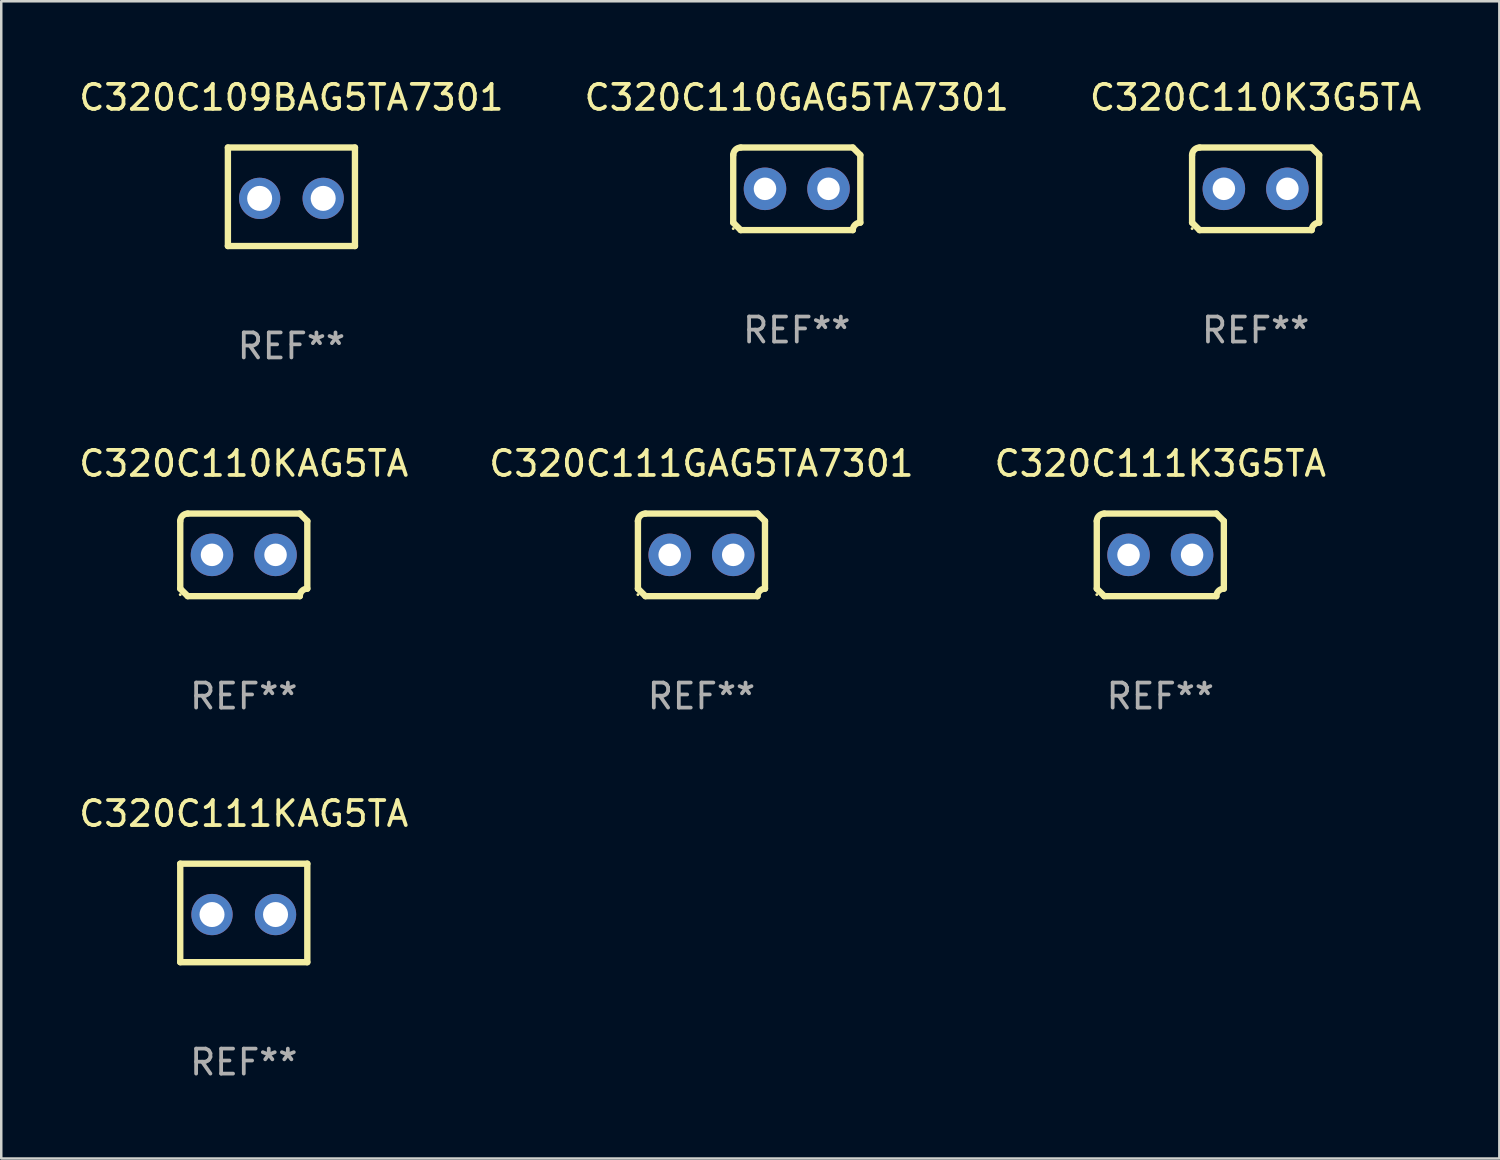
<source format=kicad_pcb>
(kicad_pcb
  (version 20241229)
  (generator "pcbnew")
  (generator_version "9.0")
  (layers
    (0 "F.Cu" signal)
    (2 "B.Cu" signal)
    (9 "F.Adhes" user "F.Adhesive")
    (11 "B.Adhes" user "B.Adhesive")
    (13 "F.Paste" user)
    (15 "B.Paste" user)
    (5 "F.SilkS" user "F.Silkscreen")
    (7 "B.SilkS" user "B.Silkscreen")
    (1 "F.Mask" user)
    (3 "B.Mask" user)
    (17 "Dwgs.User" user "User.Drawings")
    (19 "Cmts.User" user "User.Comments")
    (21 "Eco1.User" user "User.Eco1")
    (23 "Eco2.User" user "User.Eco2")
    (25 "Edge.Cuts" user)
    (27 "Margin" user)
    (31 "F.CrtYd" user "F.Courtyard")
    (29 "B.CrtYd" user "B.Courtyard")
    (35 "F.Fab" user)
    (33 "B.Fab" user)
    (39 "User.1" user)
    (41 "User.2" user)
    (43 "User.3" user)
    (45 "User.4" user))
  (footprint "C320C111K3G5TA"
    (layer "F.Cu")
    (at 43.339 19.133)
    (property "Reference" "C320C111K3G5TA" (at 0 -3.651 0) (layer "F.SilkS") (effects (font (size 1 1) (thickness 0.15))))
    (attr through_hole)
    (fp_line (start -2.54 -1.351) (end -2.54 1.351) (stroke (width 0.254) (type solid)) (layer "F.SilkS"))
    (fp_line (start -2.24 -1.651) (end 2.24 -1.651) (stroke (width 0.254) (type solid)) (layer "F.SilkS"))
    (fp_line (start 2.24 1.651) (end -2.24 1.651) (stroke (width 0.254) (type solid)) (layer "F.SilkS"))
    (fp_line (start 2.54 1.351) (end 2.54 -1.351) (stroke (width 0.254) (type solid)) (layer "F.SilkS"))
    (fp_arc (start -2.540005 -1.351283) (mid -2.450115 -1.561309) (end -2.240005 -1.651003) (stroke (width 0.254001) (type solid)) (layer "F.SilkS"))
    (fp_arc (start -2.240287 1.651001) (mid -2.390163 1.501019) (end -2.540005 1.351003) (stroke (width 0.254001) (type solid)) (layer "F.SilkS"))
    (fp_arc (start 2.240005 1.651003) (mid 2.329934 1.441015) (end 2.540005 1.351282) (stroke (width 0.254001) (type solid)) (layer "F.SilkS"))
    (fp_arc (start 2.540005 -1.351003) (mid 2.389393 -1.500252) (end 2.240284 -1.651003) (stroke (width 0.254001) (type solid)) (layer "F.SilkS"))
    (fp_circle (center -2.54 1.59) (end -2.51 1.59) (stroke (width 0.06) (type solid)) (fill no) (layer "F.SilkS"))
    (fp_text user "REF**" (at 0 5.651 0) (layer "F.Fab") (effects (font (size 1 1) (thickness 0.15))))
    (pad "1" thru_hole circle (at -1.27 0) (size 1.7 1.7) (drill 0.9) (layers "*.Cu" "*.Mask"))
    (pad "2" thru_hole circle (at 1.27 0) (size 1.7 1.7) (drill 0.9) (layers "*.Cu" "*.Mask")))
  (footprint "C320C110KAG5TA"
    (layer "F.Cu")
    (at 6.696 19.133)
    (property "Reference" "C320C110KAG5TA" (at 0 -3.651 0) (layer "F.SilkS") (effects (font (size 1 1) (thickness 0.15))))
    (attr through_hole)
    (fp_line (start -2.54 -1.351) (end -2.54 1.351) (stroke (width 0.254) (type solid)) (layer "F.SilkS"))
    (fp_line (start -2.24 -1.651) (end 2.24 -1.651) (stroke (width 0.254) (type solid)) (layer "F.SilkS"))
    (fp_line (start 2.24 1.651) (end -2.24 1.651) (stroke (width 0.254) (type solid)) (layer "F.SilkS"))
    (fp_line (start 2.54 1.351) (end 2.54 -1.351) (stroke (width 0.254) (type solid)) (layer "F.SilkS"))
    (fp_arc (start -2.540005 -1.351283) (mid -2.450115 -1.561309) (end -2.240005 -1.651003) (stroke (width 0.254001) (type solid)) (layer "F.SilkS"))
    (fp_arc (start -2.240287 1.651001) (mid -2.390163 1.501019) (end -2.540005 1.351003) (stroke (width 0.254001) (type solid)) (layer "F.SilkS"))
    (fp_arc (start 2.240005 1.651003) (mid 2.329934 1.441015) (end 2.540005 1.351282) (stroke (width 0.254001) (type solid)) (layer "F.SilkS"))
    (fp_arc (start 2.540005 -1.351003) (mid 2.389393 -1.500252) (end 2.240284 -1.651003) (stroke (width 0.254001) (type solid)) (layer "F.SilkS"))
    (fp_circle (center -2.54 1.59) (end -2.51 1.59) (stroke (width 0.06) (type solid)) (fill no) (layer "F.SilkS"))
    (fp_text user "REF**" (at 0 5.651 0) (layer "F.Fab") (effects (font (size 1 1) (thickness 0.15))))
    (pad "1" thru_hole circle (at -1.27 0) (size 1.7 1.7) (drill 0.9) (layers "*.Cu" "*.Mask"))
    (pad "2" thru_hole circle (at 1.27 0) (size 1.7 1.7) (drill 0.9) (layers "*.Cu" "*.Mask")))
  (footprint "C320C110GAG5TA7301"
    (layer "F.Cu")
    (at 28.804 4.499)
    (property "Reference" "C320C110GAG5TA7301" (at 0 -3.651 0) (layer "F.SilkS") (effects (font (size 1 1) (thickness 0.15))))
    (attr through_hole)
    (fp_line (start -2.54 -1.351) (end -2.54 1.351) (stroke (width 0.254) (type solid)) (layer "F.SilkS"))
    (fp_line (start -2.24 -1.651) (end 2.24 -1.651) (stroke (width 0.254) (type solid)) (layer "F.SilkS"))
    (fp_line (start 2.24 1.651) (end -2.24 1.651) (stroke (width 0.254) (type solid)) (layer "F.SilkS"))
    (fp_line (start 2.54 1.351) (end 2.54 -1.351) (stroke (width 0.254) (type solid)) (layer "F.SilkS"))
    (fp_arc (start -2.540005 -1.351283) (mid -2.450115 -1.561309) (end -2.240005 -1.651003) (stroke (width 0.254001) (type solid)) (layer "F.SilkS"))
    (fp_arc (start -2.240287 1.651001) (mid -2.390163 1.501019) (end -2.540005 1.351003) (stroke (width 0.254001) (type solid)) (layer "F.SilkS"))
    (fp_arc (start 2.240005 1.651003) (mid 2.329934 1.441015) (end 2.540005 1.351282) (stroke (width 0.254001) (type solid)) (layer "F.SilkS"))
    (fp_arc (start 2.540005 -1.351003) (mid 2.389393 -1.500252) (end 2.240284 -1.651003) (stroke (width 0.254001) (type solid)) (layer "F.SilkS"))
    (fp_circle (center -2.54 1.59) (end -2.51 1.59) (stroke (width 0.06) (type solid)) (fill no) (layer "F.SilkS"))
    (fp_text user "REF**" (at 0 5.651 0) (layer "F.Fab") (effects (font (size 1 1) (thickness 0.15))))
    (pad "1" thru_hole circle (at -1.27 0) (size 1.7 1.7) (drill 0.9) (layers "*.Cu" "*.Mask"))
    (pad "2" thru_hole circle (at 1.27 0) (size 1.7 1.7) (drill 0.9) (layers "*.Cu" "*.Mask")))
  (footprint "C320C111GAG5TA7301"
    (layer "F.Cu")
    (at 24.994 19.133)
    (property "Reference" "C320C111GAG5TA7301" (at 0 -3.651 0) (layer "F.SilkS") (effects (font (size 1 1) (thickness 0.15))))
    (attr through_hole)
    (fp_line (start -2.54 -1.351) (end -2.54 1.351) (stroke (width 0.254) (type solid)) (layer "F.SilkS"))
    (fp_line (start -2.24 -1.651) (end 2.24 -1.651) (stroke (width 0.254) (type solid)) (layer "F.SilkS"))
    (fp_line (start 2.24 1.651) (end -2.24 1.651) (stroke (width 0.254) (type solid)) (layer "F.SilkS"))
    (fp_line (start 2.54 1.351) (end 2.54 -1.351) (stroke (width 0.254) (type solid)) (layer "F.SilkS"))
    (fp_arc (start -2.540005 -1.351283) (mid -2.450115 -1.561309) (end -2.240005 -1.651003) (stroke (width 0.254001) (type solid)) (layer "F.SilkS"))
    (fp_arc (start -2.240287 1.651001) (mid -2.390163 1.501019) (end -2.540005 1.351003) (stroke (width 0.254001) (type solid)) (layer "F.SilkS"))
    (fp_arc (start 2.240005 1.651003) (mid 2.329934 1.441015) (end 2.540005 1.351282) (stroke (width 0.254001) (type solid)) (layer "F.SilkS"))
    (fp_arc (start 2.540005 -1.351003) (mid 2.389393 -1.500252) (end 2.240284 -1.651003) (stroke (width 0.254001) (type solid)) (layer "F.SilkS"))
    (fp_circle (center -2.54 1.59) (end -2.51 1.59) (stroke (width 0.06) (type solid)) (fill no) (layer "F.SilkS"))
    (fp_text user "REF**" (at 0 5.651 0) (layer "F.Fab") (effects (font (size 1 1) (thickness 0.15))))
    (pad "1" thru_hole circle (at -1.27 0) (size 1.7 1.7) (drill 0.9) (layers "*.Cu" "*.Mask"))
    (pad "2" thru_hole circle (at 1.27 0) (size 1.7 1.7) (drill 0.9) (layers "*.Cu" "*.Mask")))
  (footprint "C320C110K3G5TA"
    (layer "F.Cu")
    (at 47.149 4.499)
    (property "Reference" "C320C110K3G5TA" (at 0 -3.651 0) (layer "F.SilkS") (effects (font (size 1 1) (thickness 0.15))))
    (attr through_hole)
    (fp_line (start -2.54 -1.351) (end -2.54 1.351) (stroke (width 0.254) (type solid)) (layer "F.SilkS"))
    (fp_line (start -2.24 -1.651) (end 2.24 -1.651) (stroke (width 0.254) (type solid)) (layer "F.SilkS"))
    (fp_line (start 2.24 1.651) (end -2.24 1.651) (stroke (width 0.254) (type solid)) (layer "F.SilkS"))
    (fp_line (start 2.54 1.351) (end 2.54 -1.351) (stroke (width 0.254) (type solid)) (layer "F.SilkS"))
    (fp_arc (start -2.540005 -1.351283) (mid -2.450115 -1.561309) (end -2.240005 -1.651003) (stroke (width 0.254001) (type solid)) (layer "F.SilkS"))
    (fp_arc (start -2.240287 1.651001) (mid -2.390163 1.501019) (end -2.540005 1.351003) (stroke (width 0.254001) (type solid)) (layer "F.SilkS"))
    (fp_arc (start 2.240005 1.651003) (mid 2.329934 1.441015) (end 2.540005 1.351282) (stroke (width 0.254001) (type solid)) (layer "F.SilkS"))
    (fp_arc (start 2.540005 -1.351003) (mid 2.389393 -1.500252) (end 2.240284 -1.651003) (stroke (width 0.254001) (type solid)) (layer "F.SilkS"))
    (fp_circle (center -2.54 1.59) (end -2.51 1.59) (stroke (width 0.06) (type solid)) (fill no) (layer "F.SilkS"))
    (fp_text user "REF**" (at 0 5.651 0) (layer "F.Fab") (effects (font (size 1 1) (thickness 0.15))))
    (pad "1" thru_hole circle (at -1.27 0) (size 1.7 1.7) (drill 0.9) (layers "*.Cu" "*.Mask"))
    (pad "2" thru_hole circle (at 1.27 0) (size 1.7 1.7) (drill 0.9) (layers "*.Cu" "*.Mask")))
  (footprint "C320C111KAG5TA"
    (layer "F.Cu")
    (at 6.696 33.449)
    (property "Reference" "C320C111KAG5TA" (at 0 -3.969 0) (layer "F.SilkS") (effects (font (size 1 1) (thickness 0.15))))
    (attr through_hole)
    (fp_line (start -2.54 -1.969) (end -2.54 1.969) (stroke (width 0.254) (type solid)) (layer "F.SilkS"))
    (fp_line (start -2.54 1.969) (end 2.54 1.969) (stroke (width 0.254) (type solid)) (layer "F.SilkS"))
    (fp_line (start 2.54 -1.969) (end -2.54 -1.969) (stroke (width 0.254) (type solid)) (layer "F.SilkS"))
    (fp_line (start 2.54 1.969) (end 2.54 -1.969) (stroke (width 0.254) (type solid)) (layer "F.SilkS"))
    (fp_circle (center -2.55 1.963) (end -2.52 1.963) (stroke (width 0.06) (type solid)) (fill no) (layer "F.SilkS"))
    (fp_text user "REF**" (at 0 5.969 0) (layer "F.Fab") (effects (font (size 1 1) (thickness 0.15))))
    (pad "1" thru_hole circle (at -1.27 0.064) (size 1.65 1.65) (drill 1) (layers "*.Cu" "*.Mask"))
    (pad "2" thru_hole circle (at 1.27 0.064) (size 1.65 1.65) (drill 1) (layers "*.Cu" "*.Mask")))
  (footprint "C320C109BAG5TA7301"
    (layer "F.Cu")
    (at 8.601 4.817)
    (property "Reference" "C320C109BAG5TA7301" (at 0 -3.969 0) (layer "F.SilkS") (effects (font (size 1 1) (thickness 0.15))))
    (attr through_hole)
    (fp_line (start -2.54 -1.969) (end -2.54 1.969) (stroke (width 0.254) (type solid)) (layer "F.SilkS"))
    (fp_line (start -2.54 1.969) (end 2.54 1.969) (stroke (width 0.254) (type solid)) (layer "F.SilkS"))
    (fp_line (start 2.54 -1.969) (end -2.54 -1.969) (stroke (width 0.254) (type solid)) (layer "F.SilkS"))
    (fp_line (start 2.54 1.969) (end 2.54 -1.969) (stroke (width 0.254) (type solid)) (layer "F.SilkS"))
    (fp_circle (center -2.55 1.963) (end -2.52 1.963) (stroke (width 0.06) (type solid)) (fill no) (layer "F.SilkS"))
    (fp_text user "REF**" (at 0 5.969 0) (layer "F.Fab") (effects (font (size 1 1) (thickness 0.15))))
    (pad "1" thru_hole circle (at -1.27 0.064) (size 1.65 1.65) (drill 1) (layers "*.Cu" "*.Mask"))
    (pad "2" thru_hole circle (at 1.27 0.064) (size 1.65 1.65) (drill 1) (layers "*.Cu" "*.Mask")))
  (gr_rect
    (start -3 -3)
    (end 56.893 43.266)
    (stroke (width 0.1) (type default))
    (fill no)
    (layer "Edge.Cuts")))
</source>
